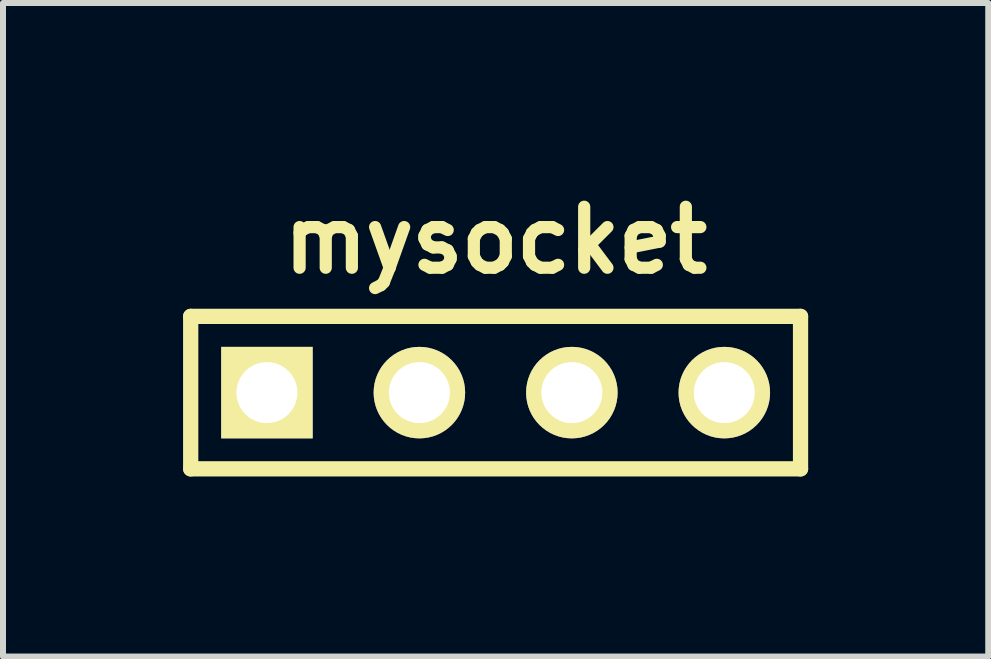
<source format=kicad_pcb>
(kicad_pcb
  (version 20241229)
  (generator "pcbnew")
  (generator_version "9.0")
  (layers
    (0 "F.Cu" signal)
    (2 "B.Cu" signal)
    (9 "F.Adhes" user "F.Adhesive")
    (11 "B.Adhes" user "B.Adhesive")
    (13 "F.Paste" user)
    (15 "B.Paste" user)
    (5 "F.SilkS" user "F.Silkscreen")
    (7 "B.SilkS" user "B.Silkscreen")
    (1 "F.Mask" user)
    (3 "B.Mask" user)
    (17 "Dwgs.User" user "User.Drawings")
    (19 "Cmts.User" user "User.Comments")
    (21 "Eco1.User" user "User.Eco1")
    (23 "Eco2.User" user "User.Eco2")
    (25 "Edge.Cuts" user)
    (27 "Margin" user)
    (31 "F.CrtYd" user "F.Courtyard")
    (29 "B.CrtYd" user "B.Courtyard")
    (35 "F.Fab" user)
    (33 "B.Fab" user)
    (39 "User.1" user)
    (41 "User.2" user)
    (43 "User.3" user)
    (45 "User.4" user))
  (footprint "mysocket"
    (layer "F.Cu")
    (at 5.207 3.491)
    (property "Reference" "mysocket" (at 0 -2.54 0) (layer "F.SilkS") (effects (font (size 1.016 1.016) (thickness 0.203))))
    (attr through_hole)
    (fp_line (start -5.08 -1.27) (end -5.08 1.27) (stroke (width 0.254) (type solid)) (layer "F.SilkS"))
    (fp_line (start 5.08 -1.27) (end -5.08 -1.27) (stroke (width 0.254) (type solid)) (layer "F.SilkS"))
    (fp_line (start 5.08 1.27) (end -5.08 1.27) (stroke (width 0.254) (type solid)) (layer "F.SilkS"))
    (fp_line (start 5.08 1.27) (end 5.08 -1.27) (stroke (width 0.254) (type solid)) (layer "F.SilkS"))
    (pad "1" thru_hole rect (at -3.81 0) (size 1.524 1.524) (drill 1.016) (layers "*.Cu" "*.Mask" "F.SilkS"))
    (pad "2" thru_hole circle (at -1.27 0) (size 1.524 1.524) (drill 1.016) (layers "*.Cu" "*.Mask" "F.SilkS"))
    (pad "3" thru_hole circle (at 1.27 0) (size 1.524 1.524) (drill 1.016) (layers "*.Cu" "*.Mask" "F.SilkS"))
    (pad "4" thru_hole circle (at 3.81 0) (size 1.524 1.524) (drill 1.016) (layers "*.Cu" "*.Mask" "F.SilkS")))
  (gr_rect
    (start -3 -3)
    (end 13.414 7.888)
    (stroke (width 0.1) (type default))
    (fill no)
    (layer "Edge.Cuts")))
</source>
